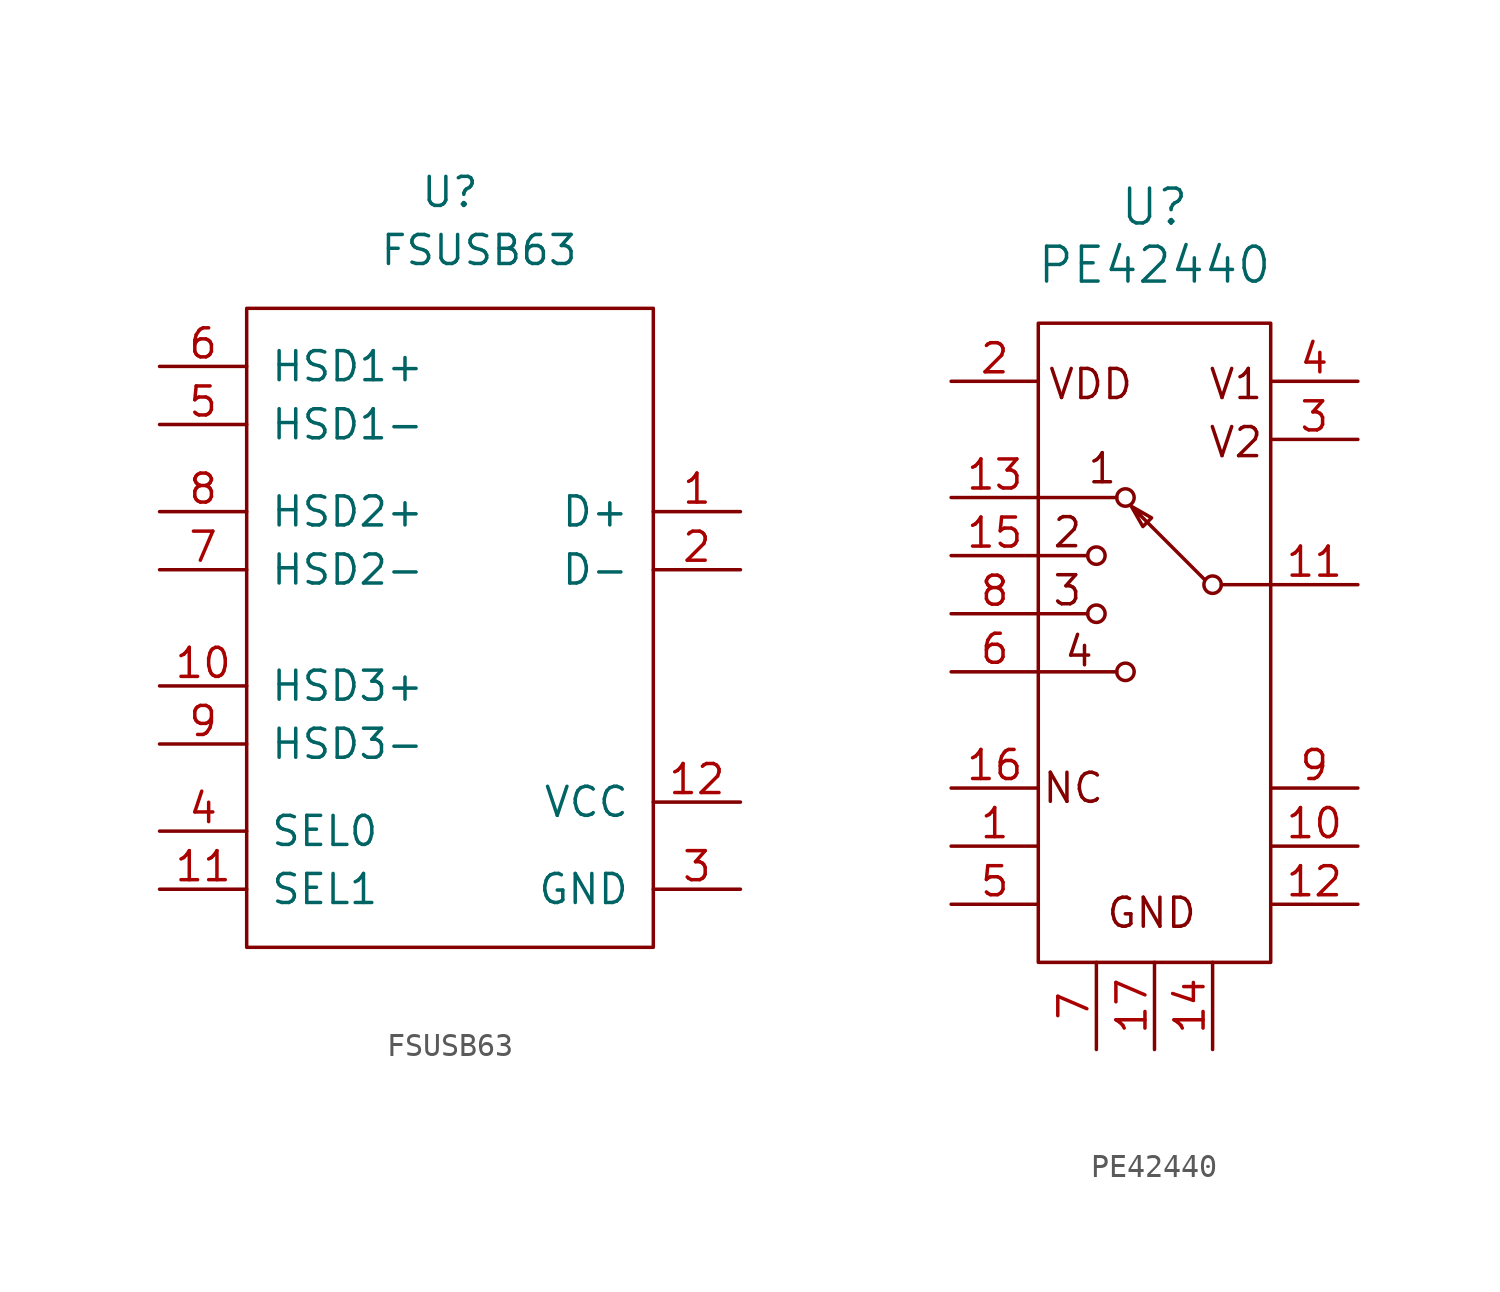
<source format=kicad_sym>
(kicad_symbol_lib
  (version 20211014)
  (generator kicad_symbol_editor)
  (symbol "FSUSB63"
    (pin_names
      (offset 1.016))
    (property "Reference" "U"
      (at 0 19.05 0)
      (effects (font (size 1.27 1.27))))
    (property "Value" "FSUSB63"
      (at 1.27 16.51 0)
      (effects (font (size 1.27 1.27))))
    (symbol "FSUSB63_0_1"
      (rectangle (start -8.89 13.97) (end 8.89 -13.97) (stroke (width 0) (type default) (color 0 0 0 0)) (fill (type none))))
    (symbol "FSUSB63_1_1"
      (pin bidirectional line (at 12.7 5.08 180) (length 3.81) (name "D+" (effects (font (size 1.27 1.27)))) (number "1" (effects (font (size 1.27 1.27)))))
      (pin bidirectional line (at -12.7 -2.54 0) (length 3.81) (name "HSD3+" (effects (font (size 1.27 1.27)))) (number "10" (effects (font (size 1.27 1.27)))))
      (pin input line (at -12.7 -11.43 0) (length 3.81) (name "SEL1" (effects (font (size 1.27 1.27)))) (number "11" (effects (font (size 1.27 1.27)))))
      (pin power_in line (at 12.7 -7.62 180) (length 3.81) (name "VCC" (effects (font (size 1.27 1.27)))) (number "12" (effects (font (size 1.27 1.27)))))
      (pin bidirectional line (at 12.7 2.54 180) (length 3.81) (name "D-" (effects (font (size 1.27 1.27)))) (number "2" (effects (font (size 1.27 1.27)))))
      (pin power_in line (at 12.7 -11.43 180) (length 3.81) (name "GND" (effects (font (size 1.27 1.27)))) (number "3" (effects (font (size 1.27 1.27)))))
      (pin input line (at -12.7 -8.89 0) (length 3.81) (name "SEL0" (effects (font (size 1.27 1.27)))) (number "4" (effects (font (size 1.27 1.27)))))
      (pin bidirectional line (at -12.7 8.89 0) (length 3.81) (name "HSD1-" (effects (font (size 1.27 1.27)))) (number "5" (effects (font (size 1.27 1.27)))))
      (pin bidirectional line (at -12.7 11.43 0) (length 3.81) (name "HSD1+" (effects (font (size 1.27 1.27)))) (number "6" (effects (font (size 1.27 1.27)))))
      (pin bidirectional line (at -12.7 2.54 0) (length 3.81) (name "HSD2-" (effects (font (size 1.27 1.27)))) (number "7" (effects (font (size 1.27 1.27)))))
      (pin bidirectional line (at -12.7 5.08 0) (length 3.81) (name "HSD2+" (effects (font (size 1.27 1.27)))) (number "8" (effects (font (size 1.27 1.27)))))
      (pin bidirectional line (at -12.7 -5.08 0) (length 3.81) (name "HSD3-" (effects (font (size 1.27 1.27)))) (number "9" (effects (font (size 1.27 1.27)))))))
  (symbol "PE42440"
    (pin_names
      (offset 1.016) hide)
    (property "Reference" "U"
      (at 0 19.05 0)
      (effects (font (size 1.524 1.524))))
    (property "Value" "PE42440"
      (at 0 16.51 0)
      (effects (font (size 1.524 1.524))))
    (property "Footprint" ""
      (at 1.27 2.54 0)
      (effects (font (size 1.524 1.524))))
    (property "Datasheet" ""
      (at 1.27 2.54 0)
      (effects (font (size 1.524 1.524))))
    (symbol "PE42440_0_0"
      (rectangle (start -5.08 13.97) (end 5.08 -13.97) (stroke (width 0) (type default) (color 0 0 0 0)) (fill (type none)))
      (circle (center -2.54 1.27) (radius 0.381) (stroke (width 0) (type default) (color 0 0 0 0)) (fill (type none)))
      (circle (center -2.54 3.81) (radius 0.381) (stroke (width 0) (type default) (color 0 0 0 0)) (fill (type none)))
      (circle (center -1.27 -1.27) (radius 0.381) (stroke (width 0) (type default) (color 0 0 0 0)) (fill (type none)))
      (circle (center -1.27 6.35) (radius 0.381) (stroke (width 0) (type default) (color 0 0 0 0)) (fill (type none)))
      (polyline (pts (xy -5.08 -1.27) (xy -1.651 -1.27)) (stroke (width 0) (type default) (color 0 0 0 0)) (fill (type none)))
      (polyline (pts (xy -5.08 1.27) (xy -2.921 1.27)) (stroke (width 0) (type default) (color 0 0 0 0)) (fill (type none)))
      (polyline (pts (xy -5.08 3.81) (xy -2.921 3.81)) (stroke (width 0) (type default) (color 0 0 0 0)) (fill (type none)))
      (polyline (pts (xy -5.08 6.35) (xy -1.651 6.35)) (stroke (width 0) (type default) (color 0 0 0 0)) (fill (type none)))
      (polyline (pts (xy 5.08 2.54) (xy 2.921 2.54)) (stroke (width 0) (type default) (color 0 0 0 0)) (fill (type none)))
      (polyline (pts (xy 2.159 2.794) (xy -1.016 5.969) (xy -0.127 5.461) (xy -0.508 5.08) (xy -1.016 5.969)) (stroke (width 0) (type default) (color 0 0 0 0)) (fill (type none)))
      (circle (center 2.54 2.54) (radius 0.381) (stroke (width 0) (type default) (color 0 0 0 0)) (fill (type none)))
      (text "1" (at -2.286 7.62 0) (effects (font (size 1.27 1.27))))
      (text "2" (at -3.81 4.826 0) (effects (font (size 1.27 1.27))))
      (text "3" (at -3.81 2.286 0) (effects (font (size 1.27 1.27))))
      (text "4" (at -3.302 -0.381 0) (effects (font (size 1.27 1.27))))
      (text "GND" (at -0.127 -11.811 0) (effects (font (size 1.27 1.27))))
      (text "NC" (at -3.556 -6.35 0) (effects (font (size 1.27 1.27))))
      (text "V1" (at 3.556 11.303 0) (effects (font (size 1.27 1.27))))
      (text "V2" (at 3.556 8.763 0) (effects (font (size 1.27 1.27))))
      (text "VDD" (at -2.794 11.303 0) (effects (font (size 1.27 1.27)))))
    (symbol "PE42440_1_1"
      (pin input line (at -8.89 -8.89 0) (length 3.81) (name "GND" (effects (font (size 1.27 1.27)))) (number "1" (effects (font (size 1.27 1.27)))))
      (pin input line (at 8.89 -8.89 180) (length 3.81) (name "GND" (effects (font (size 1.27 1.27)))) (number "10" (effects (font (size 1.27 1.27)))))
      (pin input line (at 8.89 2.54 180) (length 3.81) (name "RFC" (effects (font (size 1.27 1.27)))) (number "11" (effects (font (size 1.27 1.27)))))
      (pin input line (at 8.89 -11.43 180) (length 3.81) (name "GND" (effects (font (size 1.27 1.27)))) (number "12" (effects (font (size 1.27 1.27)))))
      (pin input line (at -8.89 6.35 0) (length 3.81) (name "RF1" (effects (font (size 1.27 1.27)))) (number "13" (effects (font (size 1.27 1.27)))))
      (pin input line (at 2.54 -17.78 90) (length 3.81) (name "GND" (effects (font (size 1.27 1.27)))) (number "14" (effects (font (size 1.27 1.27)))))
      (pin input line (at -8.89 3.81 0) (length 3.81) (name "RF2" (effects (font (size 1.27 1.27)))) (number "15" (effects (font (size 1.27 1.27)))))
      (pin input line (at -8.89 -6.35 0) (length 3.81) (name "NC" (effects (font (size 1.27 1.27)))) (number "16" (effects (font (size 1.27 1.27)))))
      (pin input line (at 0 -17.78 90) (length 3.81) (name "GND" (effects (font (size 1.27 1.27)))) (number "17" (effects (font (size 1.27 1.27)))))
      (pin input line (at -8.89 11.43 0) (length 3.81) (name "VDD" (effects (font (size 1.27 1.27)))) (number "2" (effects (font (size 1.27 1.27)))))
      (pin input line (at 8.89 8.89 180) (length 3.81) (name "V2" (effects (font (size 1.27 1.27)))) (number "3" (effects (font (size 1.27 1.27)))))
      (pin input line (at 8.89 11.43 180) (length 3.81) (name "V1" (effects (font (size 1.27 1.27)))) (number "4" (effects (font (size 1.27 1.27)))))
      (pin input line (at -8.89 -11.43 0) (length 3.81) (name "GND" (effects (font (size 1.27 1.27)))) (number "5" (effects (font (size 1.27 1.27)))))
      (pin input line (at -8.89 -1.27 0) (length 3.81) (name "RF4" (effects (font (size 1.27 1.27)))) (number "6" (effects (font (size 1.27 1.27)))))
      (pin input line (at -2.54 -17.78 90) (length 3.81) (name "GND" (effects (font (size 1.27 1.27)))) (number "7" (effects (font (size 1.27 1.27)))))
      (pin input line (at -8.89 1.27 0) (length 3.81) (name "RF3" (effects (font (size 1.27 1.27)))) (number "8" (effects (font (size 1.27 1.27)))))
      (pin input line (at 8.89 -6.35 180) (length 3.81) (name "GND" (effects (font (size 1.27 1.27)))) (number "9" (effects (font (size 1.27 1.27))))))))
</source>
